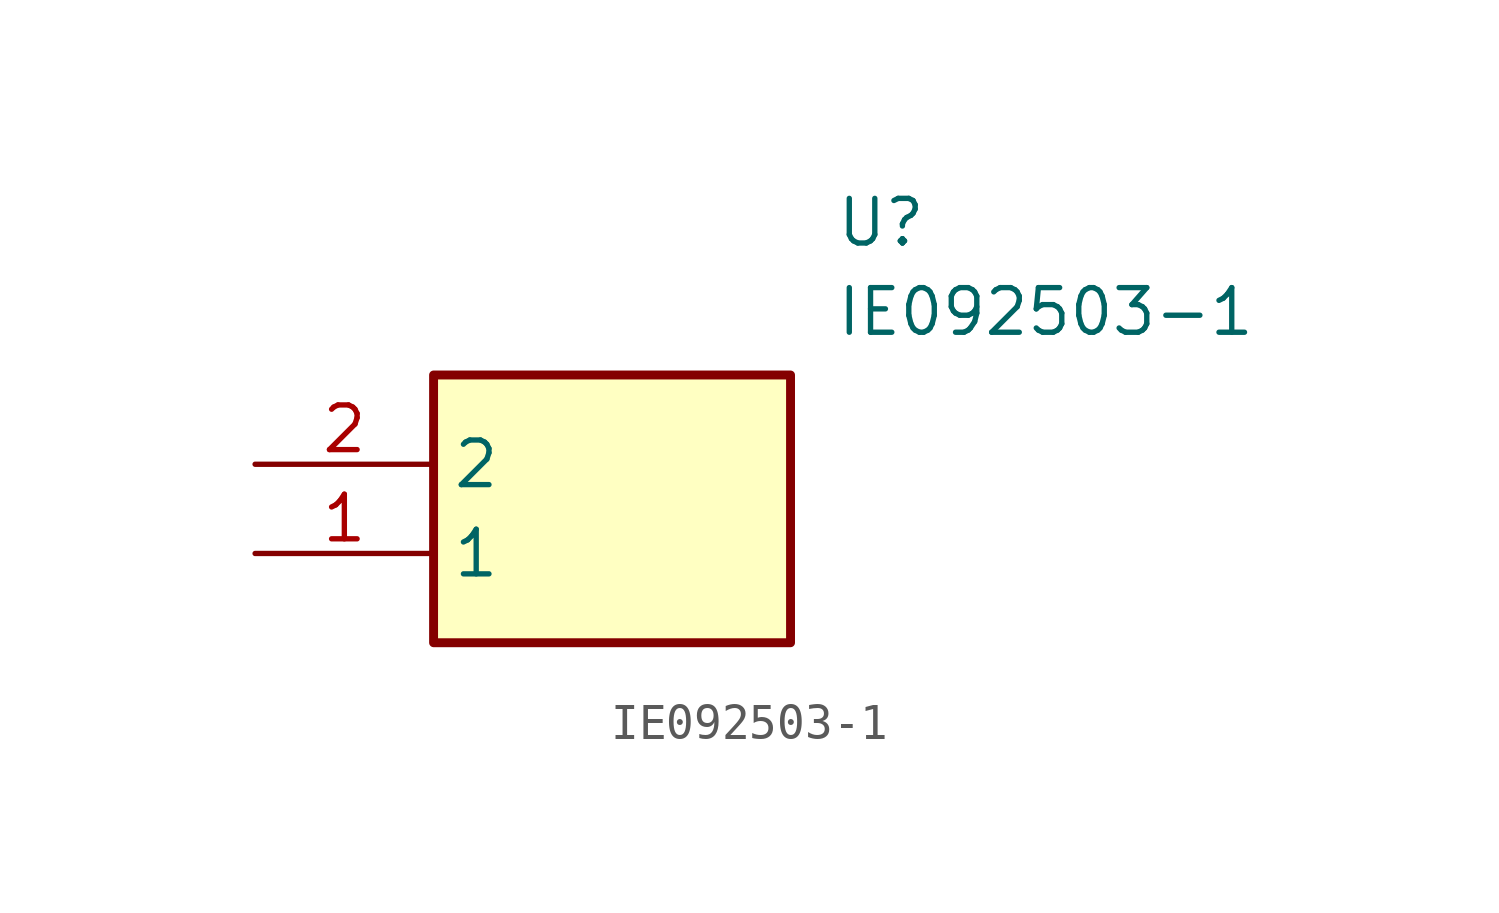
<source format=kicad_sym>
(kicad_symbol_lib
  (version 20211014)
  (generator SamacSys_ECAD_Model)
  (symbol "IE092503-1"
    (property "Reference" "U"
      (at 16.51 7.62 0)
      (effects (font (size 1.27 1.27)) (justify left top)))
    (property "Value" "IE092503-1"
      (at 16.51 5.08 0)
      (effects (font (size 1.27 1.27)) (justify left top)))
    (rectangle
      (start 5.08 2.54)
      (end 15.24 -5.08)
      (stroke (width 0.254) (type default))
      (fill (type background)))
    (pin passive line
      (at 0 -2.54 0)
      (length 5.08)
      (name "1" (effects (font (size 1.27 1.27))))
      (number "1" (effects (font (size 1.27 1.27)))))
    (pin passive line
      (at 0 0 0)
      (length 5.08)
      (name "2" (effects (font (size 1.27 1.27))))
      (number "2" (effects (font (size 1.27 1.27)))))))
</source>
